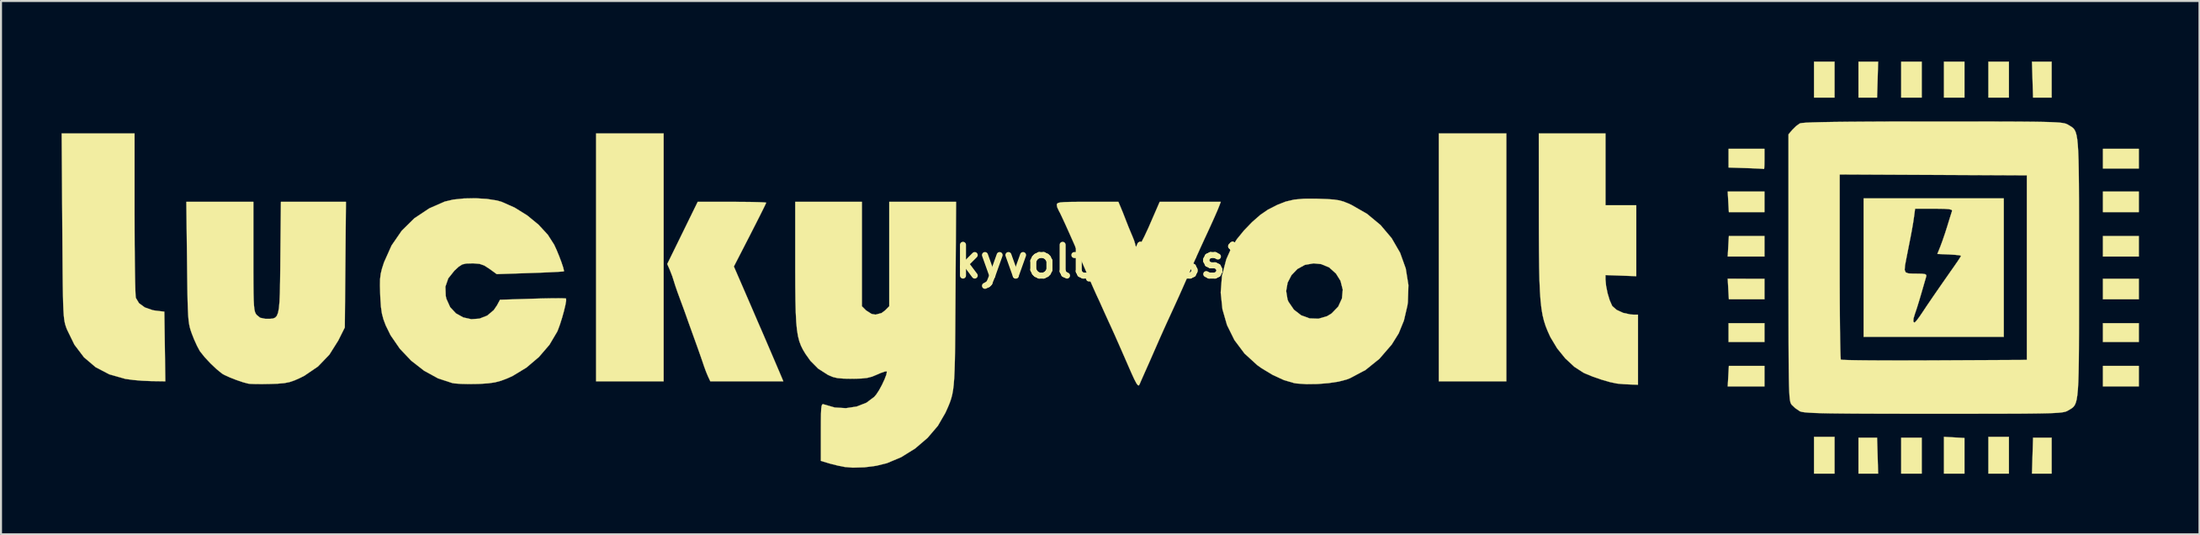
<source format=kicad_pcb>
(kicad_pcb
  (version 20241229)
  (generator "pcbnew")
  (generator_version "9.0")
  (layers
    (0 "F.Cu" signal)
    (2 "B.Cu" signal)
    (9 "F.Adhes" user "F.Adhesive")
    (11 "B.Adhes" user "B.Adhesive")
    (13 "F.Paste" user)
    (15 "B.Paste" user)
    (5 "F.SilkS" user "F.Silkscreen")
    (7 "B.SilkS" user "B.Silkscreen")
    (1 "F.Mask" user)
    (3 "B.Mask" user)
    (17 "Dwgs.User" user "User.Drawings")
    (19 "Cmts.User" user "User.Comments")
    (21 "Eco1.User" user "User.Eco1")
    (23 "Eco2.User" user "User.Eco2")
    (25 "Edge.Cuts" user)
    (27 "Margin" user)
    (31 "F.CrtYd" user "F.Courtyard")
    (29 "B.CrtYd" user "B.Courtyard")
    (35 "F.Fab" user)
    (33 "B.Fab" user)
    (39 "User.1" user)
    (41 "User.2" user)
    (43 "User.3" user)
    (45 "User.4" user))
  (footprint "luckyvolt_Massive"
    (layer "F.Cu")
    (at 50.816 9.911)
    (property "Reference" "luckyvolt_Massive" (at 0 0 0) (layer "F.SilkS") (effects (font (size 1.524 1.524) (thickness 0.3))))
    (attr through_hole)
    (fp_poly (pts (xy -20.997 5.927) (xy -24.342 5.927) (xy -24.342 -6.35) (xy -20.997 -6.35) (xy -20.997 5.927)) (stroke (width 0.01) (type solid)) (fill yes) (layer "F.SilkS"))
    (fp_poly (pts (xy 20.743 5.927) (xy 17.399 5.927) (xy 17.399 -6.35) (xy 20.743 -6.35) (xy 20.743 5.927)) (stroke (width 0.01) (type solid)) (fill yes) (layer "F.SilkS"))
    (fp_poly (pts (xy 33.528 3.979) (xy 31.75 3.979) (xy 31.75 3.048) (xy 33.528 3.048) (xy 33.528 3.979)) (stroke (width 0.01) (type solid)) (fill yes) (layer "F.SilkS"))
    (fp_poly (pts (xy 33.528 6.181) (xy 31.708 6.181) (xy 31.765 5.165) (xy 33.528 5.165) (xy 33.528 6.181)) (stroke (width 0.01) (type solid)) (fill yes) (layer "F.SilkS"))
    (fp_poly (pts (xy 36.999 -8.128) (xy 35.983 -8.128) (xy 35.983 -9.906) (xy 36.999 -9.906) (xy 36.999 -8.128)) (stroke (width 0.01) (type solid)) (fill yes) (layer "F.SilkS"))
    (fp_poly (pts (xy 36.999 10.499) (xy 35.983 10.499) (xy 35.983 8.678) (xy 36.999 8.678) (xy 36.999 10.499)) (stroke (width 0.01) (type solid)) (fill yes) (layer "F.SilkS"))
    (fp_poly (pts (xy 41.317 -8.128) (xy 40.301 -8.128) (xy 40.301 -9.906) (xy 41.317 -9.906) (xy 41.317 -8.128)) (stroke (width 0.01) (type solid)) (fill yes) (layer "F.SilkS"))
    (fp_poly (pts (xy 41.317 10.499) (xy 40.301 10.499) (xy 40.301 8.721) (xy 41.317 8.721) (xy 41.317 10.499)) (stroke (width 0.01) (type solid)) (fill yes) (layer "F.SilkS"))
    (fp_poly (pts (xy 43.434 -8.128) (xy 42.418 -8.128) (xy 42.418 -9.906) (xy 43.434 -9.906) (xy 43.434 -8.128)) (stroke (width 0.01) (type solid)) (fill yes) (layer "F.SilkS"))
    (fp_poly (pts (xy 45.635 -8.128) (xy 44.619 -8.128) (xy 44.619 -9.906) (xy 45.635 -9.906) (xy 45.635 -8.128)) (stroke (width 0.01) (type solid)) (fill yes) (layer "F.SilkS"))
    (fp_poly (pts (xy 45.635 10.499) (xy 44.619 10.499) (xy 44.619 8.678) (xy 45.635 8.678) (xy 45.635 10.499)) (stroke (width 0.01) (type solid)) (fill yes) (layer "F.SilkS"))
    (fp_poly (pts (xy 52.07 -4.614) (xy 50.292 -4.614) (xy 50.292 -5.588) (xy 52.07 -5.588) (xy 52.07 -4.614)) (stroke (width 0.01) (type solid)) (fill yes) (layer "F.SilkS"))
    (fp_poly (pts (xy 52.07 -2.455) (xy 50.292 -2.455) (xy 50.292 -3.471) (xy 52.07 -3.471) (xy 52.07 -2.455)) (stroke (width 0.01) (type solid)) (fill yes) (layer "F.SilkS"))
    (fp_poly (pts (xy 52.07 -0.254) (xy 50.292 -0.254) (xy 50.292 -1.27) (xy 52.07 -1.27) (xy 52.07 -0.254)) (stroke (width 0.01) (type solid)) (fill yes) (layer "F.SilkS"))
    (fp_poly (pts (xy 52.07 1.863) (xy 50.292 1.863) (xy 50.292 0.847) (xy 52.07 0.847) (xy 52.07 1.863)) (stroke (width 0.01) (type solid)) (fill yes) (layer "F.SilkS"))
    (fp_poly (pts (xy 52.07 3.979) (xy 50.292 3.979) (xy 50.292 3.048) (xy 52.07 3.048) (xy 52.07 3.979)) (stroke (width 0.01) (type solid)) (fill yes) (layer "F.SilkS"))
    (fp_poly (pts (xy 52.07 6.181) (xy 50.292 6.181) (xy 50.292 5.165) (xy 52.07 5.165) (xy 52.07 6.181)) (stroke (width 0.01) (type solid)) (fill yes) (layer "F.SilkS"))
    (fp_poly (pts (xy 32.618 -3.471) (xy 33.528 -3.471) (xy 33.528 -2.455) (xy 31.765 -2.455) (xy 31.736 -2.963) (xy 31.708 -3.472) (xy 32.618 -3.471)) (stroke (width 0.01) (type solid)) (fill yes) (layer "F.SilkS"))
    (fp_poly (pts (xy 32.618 0.847) (xy 33.528 0.847) (xy 33.528 1.863) (xy 31.765 1.863) (xy 31.736 1.355) (xy 31.708 0.846) (xy 32.618 0.847)) (stroke (width 0.01) (type solid)) (fill yes) (layer "F.SilkS"))
    (fp_poly (pts (xy 33.528 -0.254) (xy 32.618 -0.254) (xy 31.708 -0.254) (xy 31.736 -0.762) (xy 31.765 -1.27) (xy 33.528 -1.27) (xy 33.528 -0.254)) (stroke (width 0.01) (type solid)) (fill yes) (layer "F.SilkS"))
    (fp_poly (pts (xy 39.132 -9.017) (xy 39.105 -8.128) (xy 38.185 -8.128) (xy 38.185 -9.906) (xy 38.672 -9.906) (xy 39.158 -9.906) (xy 39.132 -9.017)) (stroke (width 0.01) (type solid)) (fill yes) (layer "F.SilkS"))
    (fp_poly (pts (xy 39.132 9.61) (xy 39.158 10.499) (xy 38.672 10.499) (xy 38.185 10.499) (xy 38.185 8.721) (xy 39.105 8.721) (xy 39.132 9.61)) (stroke (width 0.01) (type solid)) (fill yes) (layer "F.SilkS"))
    (fp_poly (pts (xy 42.926 8.707) (xy 43.434 8.736) (xy 43.434 10.499) (xy 42.418 10.499) (xy 42.418 9.588) (xy 42.418 8.678) (xy 42.926 8.707)) (stroke (width 0.01) (type solid)) (fill yes) (layer "F.SilkS"))
    (fp_poly (pts (xy 47.265 -9.906) (xy 47.752 -9.906) (xy 47.752 -8.128) (xy 46.832 -8.128) (xy 46.805 -9.017) (xy 46.778 -9.906) (xy 47.265 -9.906)) (stroke (width 0.01) (type solid)) (fill yes) (layer "F.SilkS"))
    (fp_poly (pts (xy 47.752 10.499) (xy 47.265 10.499) (xy 46.778 10.499) (xy 46.805 9.61) (xy 46.832 8.721) (xy 47.752 8.721) (xy 47.752 10.499)) (stroke (width 0.01) (type solid)) (fill yes) (layer "F.SilkS"))
    (fp_poly (pts (xy 33.528 -5.08) (xy 33.525 -4.816) (xy 33.517 -4.639) (xy 33.507 -4.59) (xy 33.419 -4.6) (xy 33.198 -4.612) (xy 32.881 -4.626) (xy 32.618 -4.635) (xy 31.75 -4.663) (xy 31.75 -5.588) (xy 33.528 -5.588) (xy 33.528 -5.08)) (stroke (width 0.01) (type solid)) (fill yes) (layer "F.SilkS"))
    (fp_poly (pts (xy -47.202 -6.35) (xy -47.202 -2.392) (xy -47.2 -1.582) (xy -47.197 -0.817) (xy -47.19 -0.117) (xy -47.182 0.501) (xy -47.173 1.019) (xy -47.162 1.42) (xy -47.15 1.686) (xy -47.138 1.794) (xy -46.981 2.058) (xy -46.692 2.268) (xy -46.304 2.403) (xy -46.15 2.428) (xy -45.727 2.478) (xy -45.702 4.202) (xy -45.678 5.927) (xy -46.397 5.917) (xy -46.822 5.899) (xy -47.267 5.861) (xy -47.641 5.81) (xy -47.667 5.805) (xy -48.451 5.583) (xy -49.13 5.228) (xy -49.706 4.739) (xy -50.179 4.115) (xy -50.55 3.356) (xy -50.556 3.34) (xy -50.598 3.227) (xy -50.634 3.117) (xy -50.663 2.993) (xy -50.688 2.841) (xy -50.708 2.648) (xy -50.724 2.397) (xy -50.737 2.074) (xy -50.747 1.664) (xy -50.756 1.153) (xy -50.763 0.526) (xy -50.769 -0.232) (xy -50.776 -1.136) (xy -50.78 -1.757) (xy -50.811 -6.35) (xy -47.202 -6.35)) (stroke (width 0.01) (type solid)) (fill yes) (layer "F.SilkS"))
    (fp_poly (pts (xy 25.654 -2.794) (xy 27.178 -2.794) (xy 27.178 -1.037) (xy 27.178 0.72) (xy 26.416 0.692) (xy 25.654 0.665) (xy 25.654 0.879) (xy 25.683 1.198) (xy 25.757 1.565) (xy 25.861 1.911) (xy 25.975 2.17) (xy 25.998 2.208) (xy 26.211 2.392) (xy 26.529 2.537) (xy 26.892 2.616) (xy 27.04 2.625) (xy 27.263 2.625) (xy 27.263 6.096) (xy 26.86 6.083) (xy 26.555 6.068) (xy 26.276 6.044) (xy 26.204 6.035) (xy 25.871 5.965) (xy 25.454 5.844) (xy 25.02 5.694) (xy 24.638 5.537) (xy 24.558 5.499) (xy 24.108 5.207) (xy 23.662 4.792) (xy 23.259 4.294) (xy 22.935 3.755) (xy 22.906 3.697) (xy 22.789 3.439) (xy 22.689 3.188) (xy 22.606 2.928) (xy 22.537 2.644) (xy 22.483 2.319) (xy 22.44 1.937) (xy 22.408 1.482) (xy 22.384 0.937) (xy 22.369 0.287) (xy 22.36 -0.485) (xy 22.355 -1.394) (xy 22.353 -2.392) (xy 22.352 -6.35) (xy 25.654 -6.35) (xy 25.654 -2.794)) (stroke (width 0.01) (type solid)) (fill yes) (layer "F.SilkS"))
    (fp_poly (pts (xy -17.098 -2.961) (xy -16.646 -2.956) (xy -16.282 -2.947) (xy -16.032 -2.936) (xy -15.921 -2.923) (xy -15.917 -2.92) (xy -15.954 -2.835) (xy -16.057 -2.623) (xy -16.215 -2.306) (xy -16.417 -1.907) (xy -16.65 -1.45) (xy -16.717 -1.318) (xy -17.518 0.24) (xy -17.046 1.327) (xy -16.864 1.748) (xy -16.696 2.135) (xy -16.559 2.453) (xy -16.47 2.661) (xy -16.458 2.688) (xy -16.335 2.974) (xy -16.22 3.239) (xy -16.133 3.437) (xy -15.998 3.75) (xy -15.832 4.136) (xy -15.652 4.556) (xy -15.476 4.967) (xy -15.322 5.328) (xy -15.206 5.599) (xy -15.184 5.652) (xy -15.068 5.927) (xy -18.684 5.927) (xy -18.794 5.694) (xy -18.894 5.456) (xy -18.998 5.171) (xy -19.014 5.122) (xy -19.087 4.907) (xy -19.201 4.58) (xy -19.341 4.185) (xy -19.476 3.81) (xy -19.619 3.412) (xy -19.748 3.054) (xy -19.846 2.778) (xy -19.9 2.625) (xy -19.966 2.441) (xy -20.07 2.158) (xy -20.189 1.836) (xy -20.195 1.82) (xy -20.316 1.49) (xy -20.42 1.188) (xy -20.486 0.978) (xy -20.487 0.974) (xy -20.569 0.717) (xy -20.678 0.437) (xy -20.686 0.418) (xy -20.817 0.117) (xy -20.062 -1.423) (xy -19.308 -2.963) (xy -17.613 -2.963) (xy -17.098 -2.961)) (stroke (width 0.01) (type solid)) (fill yes) (layer "F.SilkS"))
    (fp_poly (pts (xy 45.381 3.725) (xy 38.439 3.725) (xy 38.439 0.406) (xy 40.472 0.406) (xy 40.521 0.53) (xy 40.658 0.582) (xy 40.9 0.593) (xy 41.027 0.593) (xy 41.324 0.598) (xy 41.486 0.619) (xy 41.545 0.667) (xy 41.538 0.741) (xy 41.495 0.887) (xy 41.419 1.148) (xy 41.324 1.477) (xy 41.286 1.609) (xy 41.18 1.966) (xy 41.08 2.289) (xy 41.003 2.52) (xy 40.986 2.567) (xy 40.912 2.811) (xy 40.901 2.971) (xy 40.955 3.017) (xy 40.98 3.005) (xy 41.069 2.91) (xy 41.213 2.717) (xy 41.352 2.513) (xy 41.574 2.179) (xy 41.88 1.73) (xy 42.254 1.189) (xy 42.68 0.579) (xy 42.952 0.191) (xy 43.113 -0.043) (xy 43.226 -0.218) (xy 43.265 -0.292) (xy 43.187 -0.315) (xy 42.983 -0.337) (xy 42.697 -0.355) (xy 42.678 -0.356) (xy 42.091 -0.381) (xy 42.244 -0.762) (xy 42.346 -1.038) (xy 42.47 -1.4) (xy 42.588 -1.77) (xy 42.59 -1.778) (xy 42.687 -2.094) (xy 42.768 -2.352) (xy 42.817 -2.505) (xy 42.822 -2.519) (xy 42.797 -2.567) (xy 42.67 -2.6) (xy 42.419 -2.618) (xy 42.023 -2.624) (xy 41.924 -2.625) (xy 40.989 -2.625) (xy 40.936 -2.223) (xy 40.891 -1.923) (xy 40.826 -1.546) (xy 40.766 -1.228) (xy 40.69 -0.844) (xy 40.612 -0.45) (xy 40.56 -0.184) (xy 40.491 0.179) (xy 40.472 0.406) (xy 38.439 0.406) (xy 38.439 -3.133) (xy 45.381 -3.133) (xy 45.381 3.725)) (stroke (width 0.01) (type solid)) (fill yes) (layer "F.SilkS"))
    (fp_poly (pts (xy -41.317 -0.263) (xy -41.317 0.488) (xy -41.314 1.088) (xy -41.309 1.556) (xy -41.3 1.91) (xy -41.286 2.169) (xy -41.267 2.352) (xy -41.24 2.478) (xy -41.205 2.564) (xy -41.162 2.629) (xy -41.157 2.635) (xy -40.983 2.778) (xy -40.736 2.83) (xy -40.65 2.832) (xy -40.482 2.831) (xy -40.346 2.818) (xy -40.238 2.774) (xy -40.156 2.686) (xy -40.095 2.535) (xy -40.051 2.307) (xy -40.022 1.984) (xy -40.003 1.551) (xy -39.992 0.991) (xy -39.983 0.287) (xy -39.979 -0.215) (xy -39.952 -2.963) (xy -36.732 -2.963) (xy -36.76 0.148) (xy -36.788 3.26) (xy -37.114 3.911) (xy -37.554 4.609) (xy -38.116 5.193) (xy -38.789 5.651) (xy -38.989 5.753) (xy -39.281 5.883) (xy -39.528 5.967) (xy -39.787 6.017) (xy -40.113 6.045) (xy -40.471 6.058) (xy -40.864 6.065) (xy -41.214 6.063) (xy -41.473 6.053) (xy -41.571 6.042) (xy -41.836 5.972) (xy -42.163 5.86) (xy -42.491 5.731) (xy -42.758 5.609) (xy -42.867 5.546) (xy -43.135 5.329) (xy -43.439 5.041) (xy -43.725 4.735) (xy -43.942 4.464) (xy -43.981 4.407) (xy -44.11 4.165) (xy -44.257 3.84) (xy -44.368 3.556) (xy -44.421 3.404) (xy -44.464 3.257) (xy -44.498 3.095) (xy -44.525 2.898) (xy -44.546 2.648) (xy -44.561 2.324) (xy -44.574 1.906) (xy -44.584 1.375) (xy -44.593 0.712) (xy -44.601 0.021) (xy -44.636 -2.963) (xy -41.317 -2.963) (xy -41.317 -0.263)) (stroke (width 0.01) (type solid)) (fill yes) (layer "F.SilkS"))
    (fp_poly (pts (xy 11.414 -3.116) (xy 11.874 -3.099) (xy 12.21 -3.075) (xy 12.466 -3.036) (xy 12.688 -2.974) (xy 12.919 -2.881) (xy 13.065 -2.814) (xy 13.845 -2.367) (xy 14.514 -1.811) (xy 15.062 -1.163) (xy 15.481 -0.44) (xy 15.761 0.341) (xy 15.893 1.163) (xy 15.866 2.009) (xy 15.842 2.178) (xy 15.67 2.917) (xy 15.411 3.553) (xy 15.066 4.106) (xy 14.457 4.811) (xy 13.768 5.366) (xy 13.003 5.772) (xy 12.823 5.841) (xy 12.431 5.943) (xy 11.931 6.018) (xy 11.381 6.061) (xy 10.841 6.068) (xy 10.37 6.036) (xy 10.237 6.016) (xy 9.73 5.868) (xy 9.17 5.611) (xy 8.606 5.27) (xy 8.404 5.125) (xy 7.775 4.551) (xy 7.275 3.884) (xy 6.909 3.144) (xy 6.681 2.352) (xy 6.596 1.531) (xy 6.602 1.454) (xy 9.837 1.454) (xy 9.905 1.871) (xy 9.952 1.986) (xy 10.222 2.38) (xy 10.581 2.658) (xy 10.997 2.81) (xy 11.436 2.827) (xy 11.866 2.701) (xy 12.085 2.568) (xy 12.415 2.228) (xy 12.601 1.823) (xy 12.641 1.387) (xy 12.53 0.951) (xy 12.306 0.592) (xy 11.963 0.283) (xy 11.566 0.121) (xy 11.197 0.085) (xy 10.765 0.16) (xy 10.393 0.365) (xy 10.101 0.67) (xy 9.909 1.043) (xy 9.837 1.454) (xy 6.602 1.454) (xy 6.659 0.701) (xy 6.873 -0.117) (xy 7.138 -0.711) (xy 7.395 -1.111) (xy 7.747 -1.542) (xy 8.15 -1.96) (xy 8.56 -2.319) (xy 8.932 -2.574) (xy 9.398 -2.812) (xy 9.815 -2.975) (xy 10.233 -3.073) (xy 10.705 -3.117) (xy 11.282 -3.12) (xy 11.414 -3.116)) (stroke (width 0.01) (type solid)) (fill yes) (layer "F.SilkS"))
    (fp_poly (pts (xy -11.176 2.209) (xy -10.968 2.417) (xy -10.695 2.59) (xy -10.499 2.625) (xy -10.202 2.546) (xy -10.029 2.417) (xy -9.821 2.209) (xy -9.821 -2.963) (xy -6.511 -2.963) (xy -6.541 1.63) (xy -6.548 2.65) (xy -6.554 3.517) (xy -6.561 4.246) (xy -6.571 4.852) (xy -6.585 5.352) (xy -6.604 5.76) (xy -6.629 6.093) (xy -6.662 6.366) (xy -6.704 6.594) (xy -6.757 6.794) (xy -6.821 6.98) (xy -6.898 7.17) (xy -6.99 7.377) (xy -7.043 7.493) (xy -7.414 8.133) (xy -7.923 8.729) (xy -8.539 9.256) (xy -9.232 9.686) (xy -9.938 9.983) (xy -10.461 10.111) (xy -11.048 10.187) (xy -11.622 10.204) (xy -12.023 10.171) (xy -12.353 10.106) (xy -12.71 10.017) (xy -12.806 9.99) (xy -13.208 9.869) (xy -13.208 8.439) (xy -13.207 7.917) (xy -13.202 7.541) (xy -13.191 7.29) (xy -13.171 7.141) (xy -13.139 7.072) (xy -13.095 7.06) (xy -13.06 7.071) (xy -12.522 7.225) (xy -11.967 7.258) (xy -11.432 7.177) (xy -10.954 6.99) (xy -10.569 6.702) (xy -10.467 6.584) (xy -10.325 6.368) (xy -10.181 6.103) (xy -10.055 5.833) (xy -9.967 5.603) (xy -9.938 5.458) (xy -9.946 5.435) (xy -10.041 5.443) (xy -10.238 5.512) (xy -10.429 5.595) (xy -10.675 5.697) (xy -10.918 5.759) (xy -11.212 5.79) (xy -11.613 5.8) (xy -11.677 5.8) (xy -12.089 5.793) (xy -12.383 5.768) (xy -12.61 5.715) (xy -12.821 5.626) (xy -12.869 5.602) (xy -13.342 5.299) (xy -13.727 4.911) (xy -13.967 4.574) (xy -14.092 4.367) (xy -14.194 4.162) (xy -14.277 3.94) (xy -14.342 3.683) (xy -14.392 3.372) (xy -14.428 2.989) (xy -14.452 2.516) (xy -14.467 1.935) (xy -14.475 1.226) (xy -14.478 0.372) (xy -14.478 0.094) (xy -14.478 -2.963) (xy -11.176 -2.963) (xy -11.176 2.209)) (stroke (width 0.01) (type solid)) (fill yes) (layer "F.SilkS"))
    (fp_poly (pts (xy 1.644 -2.688) (xy 1.749 -2.432) (xy 1.869 -2.126) (xy 1.905 -2.032) (xy 2.035 -1.702) (xy 2.177 -1.362) (xy 2.209 -1.289) (xy 2.307 -1.045) (xy 2.364 -0.852) (xy 2.371 -0.802) (xy 2.428 -0.692) (xy 2.477 -0.679) (xy 2.546 -0.753) (xy 2.665 -0.956) (xy 2.821 -1.261) (xy 2.998 -1.64) (xy 3.078 -1.822) (xy 3.574 -2.963) (xy 6.6 -2.963) (xy 6.511 -2.731) (xy 6.42 -2.508) (xy 6.268 -2.162) (xy 6.068 -1.72) (xy 5.833 -1.211) (xy 5.801 -1.143) (xy 5.598 -0.7) (xy 5.357 -0.167) (xy 5.109 0.391) (xy 4.91 0.847) (xy 4.737 1.24) (xy 4.551 1.658) (xy 4.391 2.011) (xy 4.216 2.394) (xy 4.022 2.816) (xy 3.906 3.069) (xy 3.746 3.423) (xy 3.559 3.842) (xy 3.388 4.233) (xy 3.218 4.621) (xy 3.038 5.031) (xy 2.885 5.373) (xy 2.884 5.376) (xy 2.752 5.673) (xy 2.638 5.932) (xy 2.576 6.077) (xy 2.539 6.132) (xy 2.49 6.118) (xy 2.417 6.018) (xy 2.311 5.815) (xy 2.162 5.49) (xy 1.959 5.026) (xy 1.956 5.019) (xy 1.743 4.531) (xy 1.527 4.04) (xy 1.329 3.593) (xy 1.168 3.237) (xy 1.12 3.133) (xy 0.963 2.791) (xy 0.817 2.469) (xy 0.709 2.229) (xy 0.697 2.201) (xy 0.58 1.941) (xy 0.47 1.707) (xy 0.464 1.693) (xy 0.402 1.558) (xy 0.283 1.292) (xy 0.119 0.919) (xy -0.081 0.463) (xy -0.305 -0.052) (xy -0.467 -0.423) (xy -0.702 -0.961) (xy -0.921 -1.453) (xy -1.112 -1.877) (xy -1.266 -2.209) (xy -1.37 -2.426) (xy -1.409 -2.495) (xy -1.501 -2.691) (xy -1.524 -2.813) (xy -1.512 -2.866) (xy -1.462 -2.906) (xy -1.35 -2.933) (xy -1.155 -2.95) (xy -0.852 -2.959) (xy -0.42 -2.963) (xy 0.001 -2.963) (xy 1.527 -2.963) (xy 1.644 -2.688)) (stroke (width 0.01) (type solid)) (fill yes) (layer "F.SilkS"))
    (fp_poly (pts (xy -29.75 -3.107) (xy -29.257 -3.03) (xy -29.025 -2.965) (xy -28.375 -2.677) (xy -27.753 -2.29) (xy -27.195 -1.833) (xy -26.735 -1.335) (xy -26.419 -0.842) (xy -26.296 -0.575) (xy -26.171 -0.271) (xy -26.058 0.028) (xy -25.974 0.28) (xy -25.934 0.443) (xy -25.936 0.48) (xy -26.025 0.491) (xy -26.258 0.506) (xy -26.607 0.524) (xy -27.047 0.543) (xy -27.55 0.561) (xy -27.613 0.563) (xy -29.261 0.618) (xy -29.629 0.352) (xy -29.882 0.19) (xy -30.113 0.11) (xy -30.409 0.085) (xy -30.491 0.085) (xy -30.777 0.093) (xy -30.972 0.139) (xy -31.147 0.251) (xy -31.358 0.445) (xy -31.663 0.827) (xy -31.805 1.238) (xy -31.789 1.698) (xy -31.755 1.844) (xy -31.569 2.256) (xy -31.28 2.564) (xy -30.921 2.763) (xy -30.522 2.851) (xy -30.117 2.822) (xy -29.735 2.673) (xy -29.41 2.4) (xy -29.248 2.162) (xy -29.101 1.888) (xy -27.487 1.837) (xy -26.981 1.823) (xy -26.536 1.815) (xy -26.179 1.813) (xy -25.934 1.817) (xy -25.831 1.827) (xy -25.83 1.828) (xy -25.825 1.932) (xy -25.864 2.154) (xy -25.935 2.452) (xy -26.028 2.786) (xy -26.131 3.111) (xy -26.233 3.388) (xy -26.269 3.471) (xy -26.654 4.12) (xy -27.172 4.722) (xy -27.791 5.247) (xy -28.475 5.662) (xy -28.735 5.78) (xy -29.058 5.902) (xy -29.352 5.98) (xy -29.68 6.027) (xy -30.1 6.054) (xy -30.226 6.058) (xy -30.64 6.064) (xy -31.029 6.055) (xy -31.338 6.033) (xy -31.462 6.014) (xy -32.17 5.782) (xy -32.858 5.405) (xy -33.498 4.907) (xy -34.061 4.314) (xy -34.519 3.649) (xy -34.761 3.157) (xy -34.874 2.856) (xy -34.949 2.571) (xy -34.996 2.249) (xy -35.025 1.835) (xy -35.034 1.633) (xy -35.046 1.195) (xy -35.041 0.872) (xy -35.01 0.608) (xy -34.948 0.35) (xy -34.849 0.044) (xy -34.845 0.032) (xy -34.471 -0.803) (xy -33.968 -1.533) (xy -33.343 -2.148) (xy -32.604 -2.64) (xy -31.843 -2.974) (xy -31.418 -3.074) (xy -30.889 -3.129) (xy -30.313 -3.14) (xy -29.75 -3.107)) (stroke (width 0.01) (type solid)) (fill yes) (layer "F.SilkS"))
    (fp_poly (pts (xy 43.079 -6.942) (xy 44.117 -6.942) (xy 45.009 -6.94) (xy 45.767 -6.938) (xy 46.403 -6.934) (xy 46.928 -6.929) (xy 47.353 -6.922) (xy 47.691 -6.913) (xy 47.954 -6.901) (xy 48.153 -6.887) (xy 48.299 -6.869) (xy 48.405 -6.848) (xy 48.482 -6.824) (xy 48.541 -6.795) (xy 48.573 -6.777) (xy 48.67 -6.719) (xy 48.755 -6.666) (xy 48.828 -6.605) (xy 48.89 -6.526) (xy 48.942 -6.416) (xy 48.985 -6.264) (xy 49.02 -6.06) (xy 49.047 -5.791) (xy 49.068 -5.446) (xy 49.084 -5.013) (xy 49.094 -4.482) (xy 49.101 -3.841) (xy 49.105 -3.079) (xy 49.107 -2.183) (xy 49.107 -1.143) (xy 49.107 0.053) (xy 49.107 0.296) (xy 49.107 1.523) (xy 49.107 2.591) (xy 49.105 3.513) (xy 49.102 4.3) (xy 49.096 4.963) (xy 49.086 5.514) (xy 49.072 5.964) (xy 49.052 6.325) (xy 49.025 6.607) (xy 48.992 6.823) (xy 48.95 6.984) (xy 48.9 7.1) (xy 48.84 7.185) (xy 48.769 7.248) (xy 48.687 7.302) (xy 48.593 7.358) (xy 48.573 7.369) (xy 48.518 7.4) (xy 48.453 7.427) (xy 48.365 7.45) (xy 48.244 7.469) (xy 48.077 7.486) (xy 47.853 7.499) (xy 47.561 7.51) (xy 47.187 7.518) (xy 46.721 7.524) (xy 46.151 7.529) (xy 45.466 7.531) (xy 44.652 7.533) (xy 43.7 7.534) (xy 42.596 7.534) (xy 41.91 7.534) (xy 40.695 7.534) (xy 39.638 7.533) (xy 38.728 7.53) (xy 37.954 7.527) (xy 37.304 7.521) (xy 36.768 7.515) (xy 36.335 7.506) (xy 35.993 7.495) (xy 35.731 7.481) (xy 35.538 7.465) (xy 35.403 7.447) (xy 35.315 7.425) (xy 35.279 7.41) (xy 35.048 7.253) (xy 34.879 7.093) (xy 34.85 7.052) (xy 34.824 6.998) (xy 34.802 6.92) (xy 34.783 6.805) (xy 34.768 6.643) (xy 34.755 6.422) (xy 34.744 6.131) (xy 34.736 5.759) (xy 34.73 5.293) (xy 34.726 4.723) (xy 34.722 4.037) (xy 34.721 3.224) (xy 34.72 2.273) (xy 34.719 1.172) (xy 34.719 0.296) (xy 34.719 0.239) (xy 37.253 0.239) (xy 37.254 1.102) (xy 37.257 1.914) (xy 37.262 2.659) (xy 37.268 3.321) (xy 37.276 3.884) (xy 37.285 4.334) (xy 37.294 4.653) (xy 37.305 4.827) (xy 37.31 4.855) (xy 37.404 4.865) (xy 37.65 4.874) (xy 38.035 4.882) (xy 38.542 4.888) (xy 39.156 4.892) (xy 39.861 4.894) (xy 40.641 4.894) (xy 41.48 4.892) (xy 41.946 4.89) (xy 46.524 4.868) (xy 46.524 -4.276) (xy 37.253 -4.319) (xy 37.253 0.239) (xy 34.719 0.239) (xy 34.719 -6.308) (xy 34.907 -6.53) (xy 35.095 -6.715) (xy 35.279 -6.847) (xy 35.375 -6.867) (xy 35.584 -6.884) (xy 35.914 -6.899) (xy 36.37 -6.911) (xy 36.959 -6.921) (xy 37.687 -6.929) (xy 38.56 -6.935) (xy 39.585 -6.94) (xy 40.768 -6.942) (xy 41.883 -6.942) (xy 43.079 -6.942)) (stroke (width 0.01) (type solid)) (fill yes) (layer "F.SilkS")))
  (gr_rect
    (start -3 -3)
    (end 105.891 23.415)
    (stroke (width 0.1) (type default))
    (fill no)
    (layer "Edge.Cuts")))
</source>
